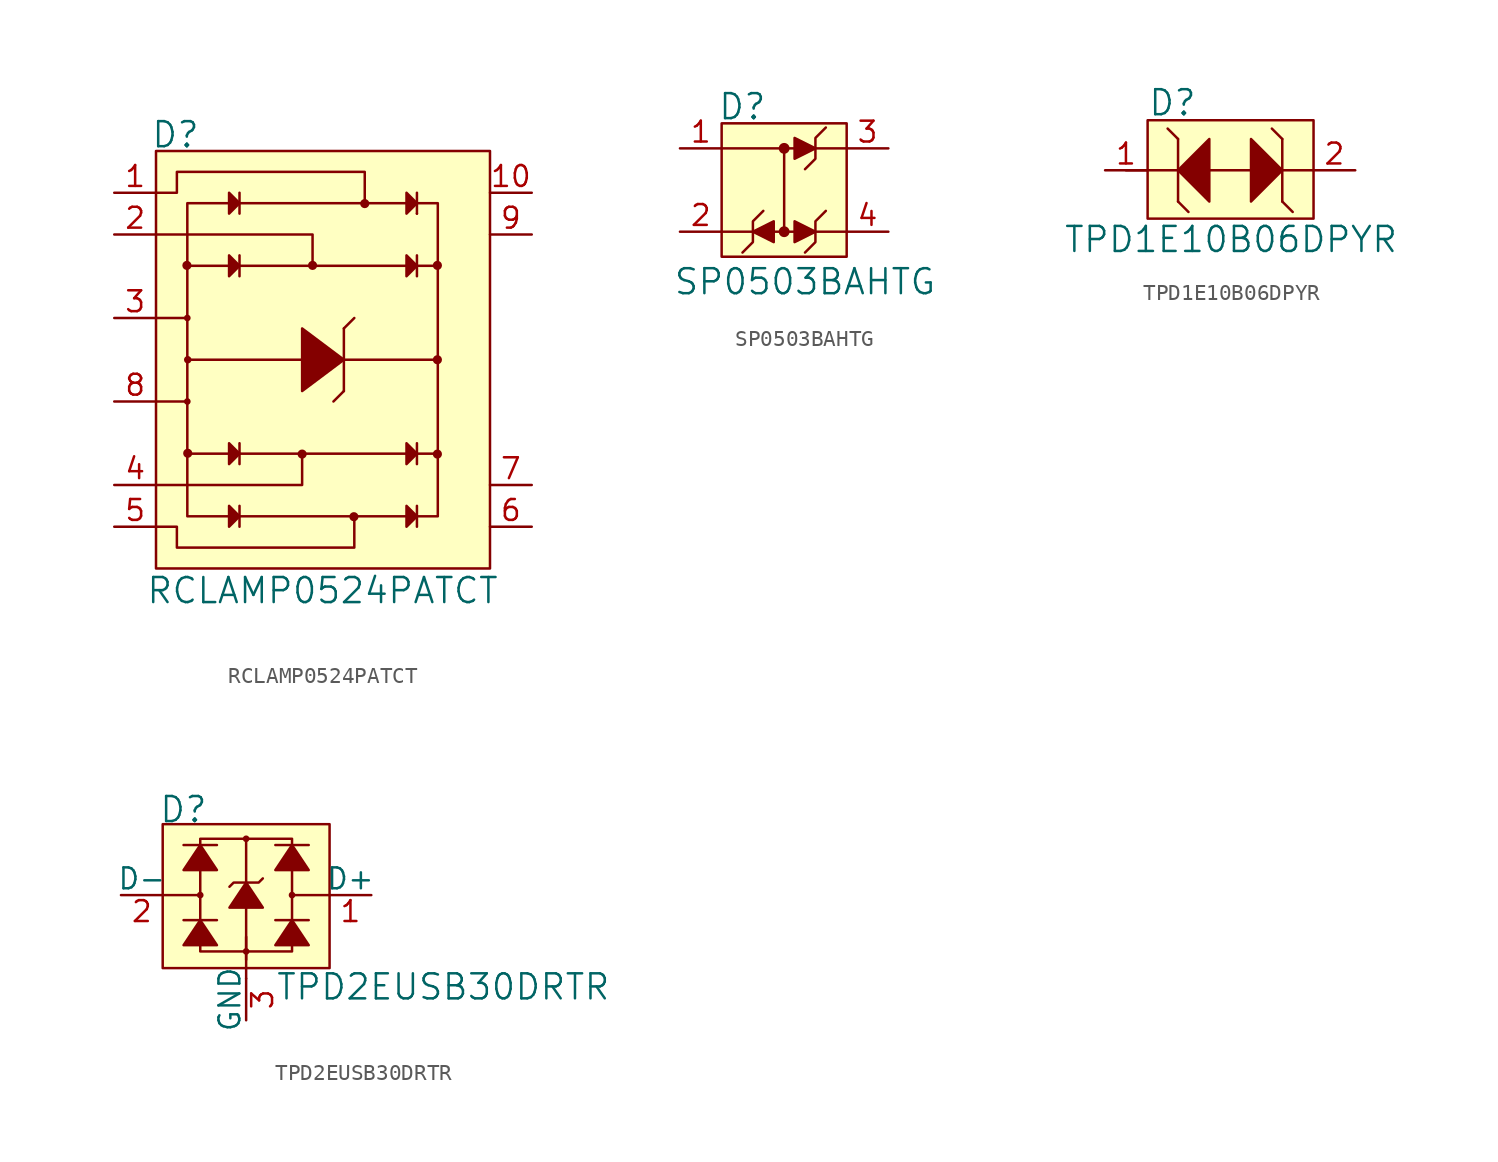
<source format=kicad_sym>
(kicad_symbol_lib
  (version 20211014)
  (generator kicad_symbol_editor)
  (symbol "RCLAMP0524PATCT"
    (pin_names
      (offset 1.016))
    (property "Reference" "D"
      (at -10.49 13.691 0)
      (effects (font (size 1.524 1.524)) (justify left)))
    (property "Value" "RCLAMP0524PATCT"
      (at -0.025 -14.046 0)
      (effects (font (size 1.524 1.524))))
    (symbol "RCLAMP0524PATCT_0_1"
      (rectangle (start -10.16 12.7) (end 10.16 -12.7) (stroke (width 0) (type default) (color 0 0 0 0)) (fill (type background)))
      (circle (center -8.28 5.74) (radius 0.203) (stroke (width 0) (type default) (color 0 0 0 0)) (fill (type outline)))
      (circle (center -8.255 -2.54) (radius 0.127) (stroke (width 0) (type default) (color 0 0 0 0)) (fill (type none)))
      (circle (center -8.255 2.54) (radius 0.127) (stroke (width 0) (type default) (color 0 0 0 0)) (fill (type none)))
      (circle (center -8.23 -5.69) (radius 0.203) (stroke (width 0) (type default) (color 0 0 0 0)) (fill (type outline)))
      (circle (center -8.23 0) (radius 0.152) (stroke (width 0) (type default) (color 0 0 0 0)) (fill (type none)))
      (circle (center -1.27 -5.74) (radius 0.203) (stroke (width 0) (type default) (color 0 0 0 0)) (fill (type outline)))
      (circle (center -0.635 5.74) (radius 0.203) (stroke (width 0) (type default) (color 0 0 0 0)) (fill (type outline)))
      (polyline (pts (xy -10.16 -2.54) (xy -8.255 -2.54)) (stroke (width 0) (type default) (color 0 0 0 0)) (fill (type none)))
      (polyline (pts (xy -10.16 2.54) (xy -8.255 2.54)) (stroke (width 0) (type default) (color 0 0 0 0)) (fill (type none)))
      (polyline (pts (xy -5.715 -5.715) (xy -8.255 -5.715)) (stroke (width 0) (type default) (color 0 0 0 0)) (fill (type none)))
      (polyline (pts (xy -5.715 5.715) (xy -8.255 5.715)) (stroke (width 0) (type default) (color 0 0 0 0)) (fill (type none)))
      (polyline (pts (xy -5.08 -9.525) (xy 5.08 -9.525)) (stroke (width 0) (type default) (color 0 0 0 0)) (fill (type none)))
      (polyline (pts (xy -5.08 -8.89) (xy -5.08 -10.16)) (stroke (width 0) (type default) (color 0 0 0 0)) (fill (type none)))
      (polyline (pts (xy -5.08 -5.715) (xy 5.08 -5.715)) (stroke (width 0) (type default) (color 0 0 0 0)) (fill (type none)))
      (polyline (pts (xy -5.08 -5.08) (xy -5.08 -6.35)) (stroke (width 0) (type default) (color 0 0 0 0)) (fill (type none)))
      (polyline (pts (xy -5.08 5.715) (xy 5.08 5.715)) (stroke (width 0) (type default) (color 0 0 0 0)) (fill (type none)))
      (polyline (pts (xy -5.08 6.35) (xy -5.08 5.08)) (stroke (width 0) (type default) (color 0 0 0 0)) (fill (type none)))
      (polyline (pts (xy -5.08 9.525) (xy 5.08 9.525)) (stroke (width 0) (type default) (color 0 0 0 0)) (fill (type none)))
      (polyline (pts (xy -5.08 10.16) (xy -5.08 8.89)) (stroke (width 0) (type default) (color 0 0 0 0)) (fill (type none)))
      (polyline (pts (xy -1.27 0) (xy -8.255 0)) (stroke (width 0) (type default) (color 0 0 0 0)) (fill (type none)))
      (polyline (pts (xy 1.27 -1.905) (xy 0.635 -2.54)) (stroke (width 0) (type default) (color 0 0 0 0)) (fill (type none)))
      (polyline (pts (xy 1.27 1.905) (xy 1.27 -1.905)) (stroke (width 0) (type default) (color 0 0 0 0)) (fill (type none)))
      (polyline (pts (xy 1.27 1.905) (xy 1.905 2.54)) (stroke (width 0) (type default) (color 0 0 0 0)) (fill (type none)))
      (polyline (pts (xy 5.715 -8.89) (xy 5.715 -10.16)) (stroke (width 0) (type default) (color 0 0 0 0)) (fill (type none)))
      (polyline (pts (xy 5.715 -5.715) (xy 6.985 -5.715)) (stroke (width 0) (type default) (color 0 0 0 0)) (fill (type none)))
      (polyline (pts (xy 5.715 -5.08) (xy 5.715 -6.35)) (stroke (width 0) (type default) (color 0 0 0 0)) (fill (type none)))
      (polyline (pts (xy 5.715 5.715) (xy 6.985 5.715)) (stroke (width 0) (type default) (color 0 0 0 0)) (fill (type none)))
      (polyline (pts (xy 5.715 6.35) (xy 5.715 5.08)) (stroke (width 0) (type default) (color 0 0 0 0)) (fill (type none)))
      (polyline (pts (xy 5.715 8.89) (xy 5.715 8.89)) (stroke (width 0) (type default) (color 0 0 0 0)) (fill (type none)))
      (polyline (pts (xy 5.715 10.16) (xy 5.715 8.89)) (stroke (width 0) (type default) (color 0 0 0 0)) (fill (type none)))
      (polyline (pts (xy 6.985 0) (xy 1.27 0)) (stroke (width 0) (type default) (color 0 0 0 0)) (fill (type none)))
      (polyline (pts (xy 6.985 5.715) (xy 6.985 5.715)) (stroke (width 0) (type default) (color 0 0 0 0)) (fill (type none)))
      (polyline (pts (xy -10.16 -7.62) (xy -1.27 -7.62) (xy -1.27 -5.715)) (stroke (width 0) (type default) (color 0 0 0 0)) (fill (type none)))
      (polyline (pts (xy -10.16 7.62) (xy -0.635 7.62) (xy -0.635 5.715)) (stroke (width 0) (type default) (color 0 0 0 0)) (fill (type none)))
      (polyline (pts (xy -5.715 -9.525) (xy -8.255 -9.525) (xy -8.255 9.525) (xy -5.715 9.525)) (stroke (width 0) (type default) (color 0 0 0 0)) (fill (type none)))
      (polyline (pts (xy -5.715 -8.89) (xy -5.715 -10.16) (xy -5.08 -9.525) (xy -5.715 -8.89)) (stroke (width 0) (type default) (color 0 0 0 0)) (fill (type outline)))
      (polyline (pts (xy -5.715 -5.08) (xy -5.715 -6.35) (xy -5.08 -5.715) (xy -5.715 -5.08)) (stroke (width 0) (type default) (color 0 0 0 0)) (fill (type outline)))
      (polyline (pts (xy -5.715 6.35) (xy -5.715 5.08) (xy -5.08 5.715) (xy -5.715 6.35)) (stroke (width 0) (type default) (color 0 0 0 0)) (fill (type outline)))
      (polyline (pts (xy -5.715 10.16) (xy -5.715 8.89) (xy -5.08 9.525) (xy -5.715 10.16)) (stroke (width 0) (type default) (color 0 0 0 0)) (fill (type outline)))
      (polyline (pts (xy -1.27 1.905) (xy -1.27 -1.905) (xy 1.27 0) (xy -1.27 1.905)) (stroke (width 0) (type default) (color 0 0 0 0)) (fill (type outline)))
      (polyline (pts (xy 5.08 -8.89) (xy 5.08 -10.16) (xy 5.715 -9.525) (xy 5.08 -8.89)) (stroke (width 0) (type default) (color 0 0 0 0)) (fill (type outline)))
      (polyline (pts (xy 5.08 -5.08) (xy 5.08 -6.35) (xy 5.715 -5.715) (xy 5.08 -5.08)) (stroke (width 0) (type default) (color 0 0 0 0)) (fill (type outline)))
      (polyline (pts (xy 5.08 6.35) (xy 5.08 5.08) (xy 5.715 5.715) (xy 5.08 6.35)) (stroke (width 0) (type default) (color 0 0 0 0)) (fill (type outline)))
      (polyline (pts (xy 5.08 10.16) (xy 5.08 8.89) (xy 5.715 9.525) (xy 5.08 10.16)) (stroke (width 0) (type default) (color 0 0 0 0)) (fill (type outline)))
      (polyline (pts (xy 5.715 9.525) (xy 6.985 9.525) (xy 6.985 -9.525) (xy 5.715 -9.525)) (stroke (width 0) (type default) (color 0 0 0 0)) (fill (type none)))
      (polyline (pts (xy 1.905 -9.525) (xy 1.905 -11.43) (xy -8.89 -11.43) (xy -8.89 -10.16) (xy -10.16 -10.16)) (stroke (width 0) (type default) (color 0 0 0 0)) (fill (type none)))
      (polyline (pts (xy 2.54 9.525) (xy 2.54 11.43) (xy -8.89 11.43) (xy -8.89 10.16) (xy -10.16 10.16)) (stroke (width 0) (type default) (color 0 0 0 0)) (fill (type none)))
      (circle (center 1.88 -9.55) (radius 0.203) (stroke (width 0) (type default) (color 0 0 0 0)) (fill (type outline)))
      (circle (center 2.54 9.5) (radius 0.203) (stroke (width 0) (type default) (color 0 0 0 0)) (fill (type outline)))
      (circle (center 6.96 -5.74) (radius 0.203) (stroke (width 0) (type default) (color 0 0 0 0)) (fill (type outline)))
      (circle (center 6.96 0) (radius 0.203) (stroke (width 0) (type default) (color 0 0 0 0)) (fill (type outline)))
      (circle (center 6.96 5.74) (radius 0.203) (stroke (width 0) (type default) (color 0 0 0 0)) (fill (type outline))))
    (symbol "RCLAMP0524PATCT_1_1"
      (pin input line (at -12.7 10.16 0) (length 2.54) (name "~" (effects (font (size 1.27 1.27)))) (number "1" (effects (font (size 1.27 1.27)))))
      (pin output line (at 12.7 10.16 180) (length 2.54) (name "~" (effects (font (size 1.27 1.27)))) (number "10" (effects (font (size 1.27 1.27)))))
      (pin input line (at -12.7 7.62 0) (length 2.54) (name "~" (effects (font (size 1.27 1.27)))) (number "2" (effects (font (size 1.27 1.27)))))
      (pin power_in line (at -12.7 2.54 0) (length 2.54) (name "~" (effects (font (size 1.27 1.27)))) (number "3" (effects (font (size 1.27 1.27)))))
      (pin input line (at -12.7 -7.62 0) (length 2.54) (name "~" (effects (font (size 1.27 1.27)))) (number "4" (effects (font (size 1.27 1.27)))))
      (pin input line (at -12.7 -10.16 0) (length 2.54) (name "~" (effects (font (size 1.27 1.27)))) (number "5" (effects (font (size 1.27 1.27)))))
      (pin output line (at 12.7 -10.16 180) (length 2.54) (name "~" (effects (font (size 1.27 1.27)))) (number "6" (effects (font (size 1.27 1.27)))))
      (pin output line (at 12.7 -7.62 180) (length 2.54) (name "~" (effects (font (size 1.27 1.27)))) (number "7" (effects (font (size 1.27 1.27)))))
      (pin power_in line (at -12.7 -2.54 0) (length 2.54) (name "~" (effects (font (size 1.27 1.27)))) (number "8" (effects (font (size 1.27 1.27)))))
      (pin output line (at 12.7 7.62 180) (length 2.54) (name "~" (effects (font (size 1.27 1.27)))) (number "9" (effects (font (size 1.27 1.27)))))))
  (symbol "SP0503BAHTG"
    (pin_names
      (offset 1.016))
    (property "Reference" "D"
      (at -5.334 5.08 0)
      (effects (font (size 1.524 1.524)) (justify left)))
    (property "Value" "SP0503BAHTG"
      (at 0 -5.588 0)
      (effects (font (size 1.524 1.524))))
    (symbol "SP0503BAHTG_0_1"
      (circle (center -1.27 -2.54) (radius 0.254) (stroke (width 0) (type default) (color 0 0 0 0)) (fill (type outline)))
      (circle (center -1.27 2.54) (radius 0.254) (stroke (width 0) (type default) (color 0 0 0 0)) (fill (type outline)))
      (polyline (pts (xy -5.08 -2.54) (xy -3.175 -2.54)) (stroke (width 0) (type default) (color 0 0 0 0)) (fill (type none)))
      (polyline (pts (xy -1.27 -2.54) (xy -1.27 2.54)) (stroke (width 0) (type default) (color 0 0 0 0)) (fill (type none)))
      (polyline (pts (xy -0.635 -2.54) (xy -1.905 -2.54)) (stroke (width 0) (type default) (color 0 0 0 0)) (fill (type none)))
      (polyline (pts (xy -0.635 2.54) (xy -5.08 2.54)) (stroke (width 0) (type default) (color 0 0 0 0)) (fill (type none)))
      (polyline (pts (xy 0.635 -2.54) (xy 2.54 -2.54)) (stroke (width 0) (type default) (color 0 0 0 0)) (fill (type none)))
      (polyline (pts (xy 0.635 2.54) (xy 2.54 2.54)) (stroke (width 0) (type default) (color 0 0 0 0)) (fill (type none)))
      (polyline (pts (xy -3.175 -2.54) (xy -1.905 -1.905) (xy -1.905 -3.175) (xy -3.175 -2.54)) (stroke (width 0) (type default) (color 0 0 0 0)) (fill (type outline)))
      (polyline (pts (xy -2.54 -1.27) (xy -3.175 -1.905) (xy -3.175 -3.175) (xy -3.81 -3.81)) (stroke (width 0) (type default) (color 0 0 0 0)) (fill (type none)))
      (polyline (pts (xy -0.635 -1.905) (xy -0.635 -3.175) (xy 0.635 -2.54) (xy -0.635 -1.905)) (stroke (width 0) (type default) (color 0 0 0 0)) (fill (type outline)))
      (polyline (pts (xy -0.635 3.175) (xy -0.635 1.905) (xy 0.635 2.54) (xy -0.635 3.175)) (stroke (width 0) (type default) (color 0 0 0 0)) (fill (type outline)))
      (polyline (pts (xy 1.27 -1.27) (xy 0.635 -1.905) (xy 0.635 -3.175) (xy 0 -3.81)) (stroke (width 0) (type default) (color 0 0 0 0)) (fill (type none)))
      (polyline (pts (xy 1.27 3.81) (xy 0.635 3.175) (xy 0.635 1.905) (xy 0 1.27)) (stroke (width 0) (type default) (color 0 0 0 0)) (fill (type none)))
      (rectangle (start 2.54 4.064) (end -5.08 -4.064) (stroke (width 0) (type default) (color 0 0 0 0)) (fill (type background))))
    (symbol "SP0503BAHTG_1_1"
      (pin passive line (at -7.62 2.54 0) (length 2.54) (name "~" (effects (font (size 1.27 1.27)))) (number "1" (effects (font (size 1.27 1.27)))))
      (pin passive line (at -7.62 -2.54 0) (length 2.54) (name "~" (effects (font (size 1.27 1.27)))) (number "2" (effects (font (size 1.27 1.27)))))
      (pin passive line (at 5.08 2.54 180) (length 2.54) (name "~" (effects (font (size 1.27 1.27)))) (number "3" (effects (font (size 1.27 1.27)))))
      (pin passive line (at 5.08 -2.54 180) (length 2.54) (name "~" (effects (font (size 1.27 1.27)))) (number "4" (effects (font (size 1.27 1.27)))))))
  (symbol "TPD1E10B06DPYR"
    (pin_names
      (offset 1.016))
    (property "Reference" "D"
      (at -5.029 4.115 0)
      (effects (font (size 1.524 1.524)) (justify left)))
    (property "Value" "TPD1E10B06DPYR"
      (at 0.051 -4.216 0)
      (effects (font (size 1.524 1.524))))
    (symbol "TPD1E10B06DPYR_0_1"
      (rectangle (start -5.029 3.048) (end 5.08 -2.946) (stroke (width 0) (type default) (color 0 0 0 0)) (fill (type background)))
      (polyline (pts (xy -3.175 -1.905) (xy -2.54 -2.54)) (stroke (width 0) (type default) (color 0 0 0 0)) (fill (type none)))
      (polyline (pts (xy -3.175 0) (xy -6.35 0)) (stroke (width 0) (type default) (color 0 0 0 0)) (fill (type none)))
      (polyline (pts (xy -3.175 1.905) (xy -3.81 2.54)) (stroke (width 0) (type default) (color 0 0 0 0)) (fill (type none)))
      (polyline (pts (xy -3.175 1.905) (xy -3.175 -1.905)) (stroke (width 0) (type default) (color 0 0 0 0)) (fill (type none)))
      (polyline (pts (xy 2.54 0) (xy -2.54 0)) (stroke (width 0) (type default) (color 0 0 0 0)) (fill (type none)))
      (polyline (pts (xy 2.54 0) (xy 5.08 0)) (stroke (width 0) (type default) (color 0 0 0 0)) (fill (type none)))
      (polyline (pts (xy 3.175 -1.905) (xy 3.81 -2.54)) (stroke (width 0) (type default) (color 0 0 0 0)) (fill (type none)))
      (polyline (pts (xy 3.175 1.905) (xy 2.54 2.54)) (stroke (width 0) (type default) (color 0 0 0 0)) (fill (type none)))
      (polyline (pts (xy 3.175 1.905) (xy 3.175 -1.905)) (stroke (width 0) (type default) (color 0 0 0 0)) (fill (type none)))
      (polyline (pts (xy -1.27 -1.905) (xy -1.27 1.905) (xy -3.175 0) (xy -1.27 -1.905)) (stroke (width 0) (type default) (color 0 0 0 0)) (fill (type outline)))
      (polyline (pts (xy 1.27 1.905) (xy 1.27 -1.905) (xy 3.175 0) (xy 1.27 1.905)) (stroke (width 0) (type default) (color 0 0 0 0)) (fill (type outline))))
    (symbol "TPD1E10B06DPYR_1_1"
      (pin passive line (at -7.62 0 0) (length 2.54) (name "~" (effects (font (size 1.27 1.27)))) (number "1" (effects (font (size 1.27 1.27)))))
      (pin passive line (at 7.62 0 180) (length 2.54) (name "~" (effects (font (size 1.27 1.27)))) (number "2" (effects (font (size 1.27 1.27)))))))
  (symbol "TPD2EUSB30DRTR"
    (pin_names
      (offset 0))
    (property "Reference" "D"
      (at -5.334 5.207 0)
      (effects (font (size 1.524 1.524)) (justify left)))
    (property "Value" "TPD2EUSB30DRTR"
      (at 1.778 -5.588 0)
      (effects (font (size 1.524 1.524)) (justify left)))
    (symbol "TPD2EUSB30DRTR_1_1"
      (rectangle (start -5.08 4.318) (end 5.08 -4.445) (stroke (width 0) (type default) (color 0 0 0 0)) (fill (type background)))
      (circle (center -2.794 0) (radius 0.127) (stroke (width 0) (type default) (color 0 0 0 0)) (fill (type none)))
      (circle (center 0 -3.429) (radius 0.127) (stroke (width 0) (type default) (color 0 0 0 0)) (fill (type none)))
      (polyline (pts (xy -5.08 0) (xy -2.794 0)) (stroke (width 0) (type default) (color 0 0 0 0)) (fill (type none)))
      (polyline (pts (xy -2.794 -1.524) (xy -3.81 -1.524)) (stroke (width 0) (type default) (color 0 0 0 0)) (fill (type none)))
      (polyline (pts (xy -2.794 -1.524) (xy -1.778 -1.524)) (stroke (width 0) (type default) (color 0 0 0 0)) (fill (type none)))
      (polyline (pts (xy -2.794 3.048) (xy -3.81 3.048)) (stroke (width 0) (type default) (color 0 0 0 0)) (fill (type none)))
      (polyline (pts (xy -2.794 3.048) (xy -1.778 3.048)) (stroke (width 0) (type default) (color 0 0 0 0)) (fill (type none)))
      (polyline (pts (xy 0 -5.08) (xy 0 -2.54)) (stroke (width 0) (type default) (color 0 0 0 0)) (fill (type none)))
      (polyline (pts (xy 0 -0.762) (xy 0 -3.937)) (stroke (width 0) (type default) (color 0 0 0 0)) (fill (type none)))
      (polyline (pts (xy 0 0.762) (xy 0 3.429)) (stroke (width 0) (type default) (color 0 0 0 0)) (fill (type none)))
      (polyline (pts (xy 2.794 -1.524) (xy 1.778 -1.524)) (stroke (width 0) (type default) (color 0 0 0 0)) (fill (type none)))
      (polyline (pts (xy 2.794 -1.524) (xy 3.81 -1.524)) (stroke (width 0) (type default) (color 0 0 0 0)) (fill (type none)))
      (polyline (pts (xy 2.794 3.048) (xy 1.778 3.048)) (stroke (width 0) (type default) (color 0 0 0 0)) (fill (type none)))
      (polyline (pts (xy 2.794 3.048) (xy 3.81 3.048)) (stroke (width 0) (type default) (color 0 0 0 0)) (fill (type none)))
      (polyline (pts (xy 5.08 0) (xy 2.794 0)) (stroke (width 0) (type default) (color 0 0 0 0)) (fill (type none)))
      (polyline (pts (xy 0 0.762) (xy -0.762 0.762) (xy -1.016 0.508)) (stroke (width 0) (type default) (color 0 0 0 0)) (fill (type none)))
      (polyline (pts (xy 0 0.762) (xy 0.762 0.762) (xy 1.016 1.016)) (stroke (width 0) (type default) (color 0 0 0 0)) (fill (type none)))
      (polyline (pts (xy -2.794 -1.524) (xy -3.81 -3.048) (xy -1.778 -3.048) (xy -2.794 -1.524)) (stroke (width 0) (type default) (color 0 0 0 0)) (fill (type outline)))
      (polyline (pts (xy -2.794 3.048) (xy -3.81 1.524) (xy -1.778 1.524) (xy -2.794 3.048)) (stroke (width 0) (type default) (color 0 0 0 0)) (fill (type outline)))
      (polyline (pts (xy -2.794 3.048) (xy -2.794 3.429) (xy 2.794 3.429) (xy 2.794 3.048)) (stroke (width 0) (type default) (color 0 0 0 0)) (fill (type none)))
      (polyline (pts (xy 0 0.762) (xy -1.016 -0.762) (xy 1.016 -0.762) (xy 0 0.762)) (stroke (width 0) (type default) (color 0 0 0 0)) (fill (type outline)))
      (polyline (pts (xy 2.794 -1.524) (xy 1.778 -3.048) (xy 3.81 -3.048) (xy 2.794 -1.524)) (stroke (width 0) (type default) (color 0 0 0 0)) (fill (type outline)))
      (polyline (pts (xy 2.794 3.048) (xy 1.778 1.524) (xy 3.81 1.524) (xy 2.794 3.048)) (stroke (width 0) (type default) (color 0 0 0 0)) (fill (type outline)))
      (polyline (pts (xy 2.794 3.048) (xy 2.794 -3.429) (xy -2.794 -3.429) (xy -2.794 3.048)) (stroke (width 0) (type default) (color 0 0 0 0)) (fill (type none)))
      (circle (center 0 3.429) (radius 0.127) (stroke (width 0) (type default) (color 0 0 0 0)) (fill (type none)))
      (circle (center 2.794 0) (radius 0.127) (stroke (width 0) (type default) (color 0 0 0 0)) (fill (type none)))
      (pin passive line (at 7.62 0 180) (length 2.54) (name "D+" (effects (font (size 1.27 1.27)))) (number "1" (effects (font (size 1.27 1.27)))))
      (pin passive line (at -7.62 0 0) (length 2.54) (name "D-" (effects (font (size 1.27 1.27)))) (number "2" (effects (font (size 1.27 1.27)))))
      (pin power_in line (at 0 -7.62 90) (length 2.54) (name "GND" (effects (font (size 1.27 1.27)))) (number "3" (effects (font (size 1.27 1.27))))))))
</source>
